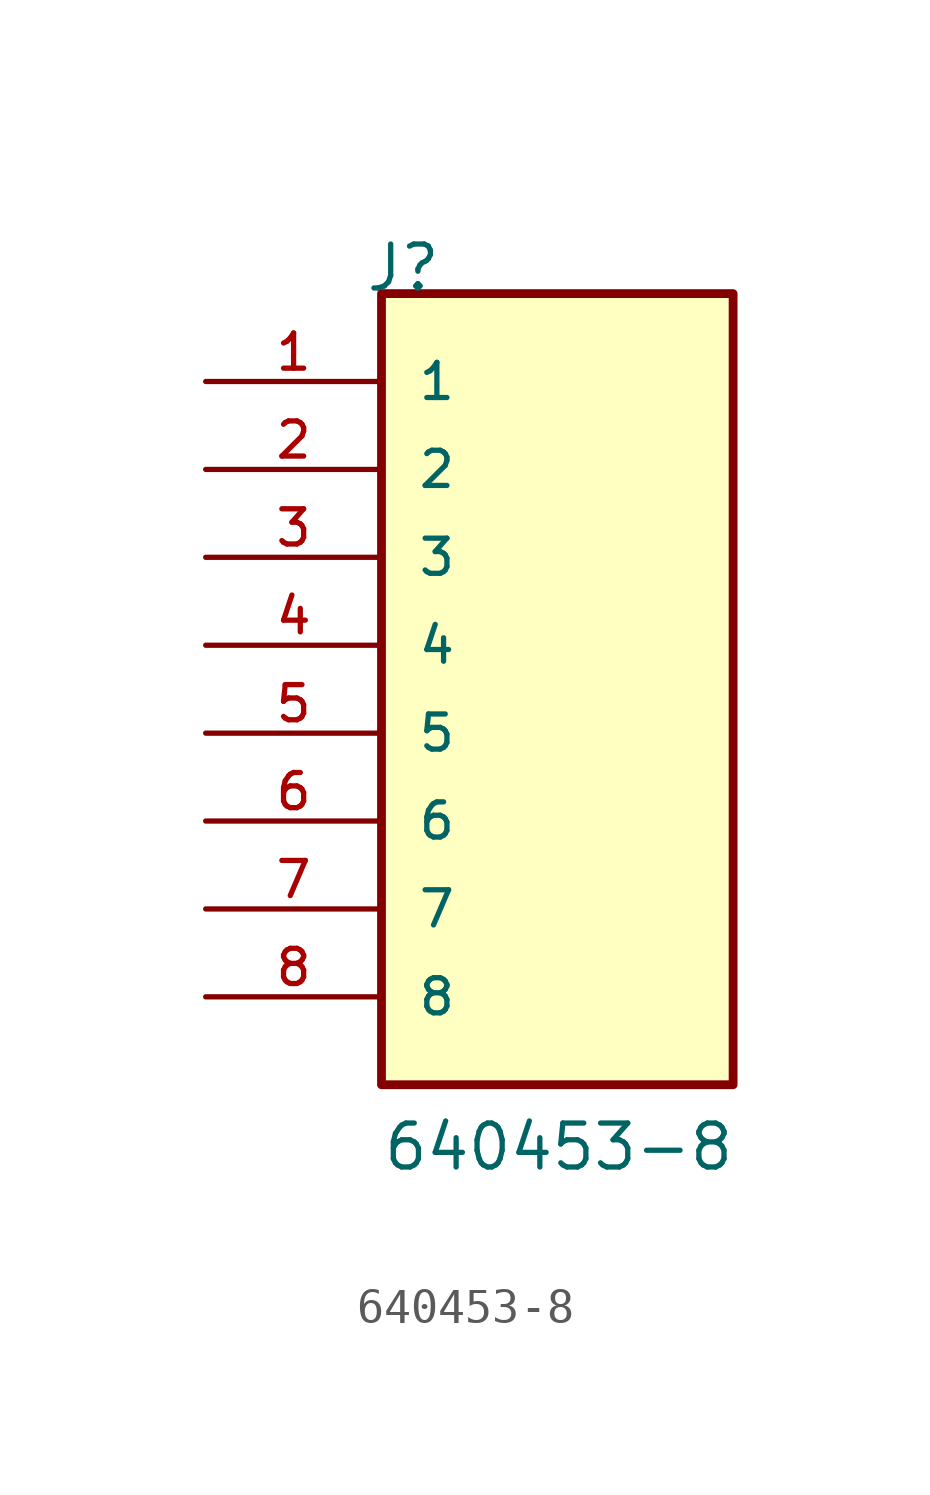
<source format=kicad_sym>
(kicad_symbol_lib
  (version 20220914)
  (generator kicad_symbol_editor)
  (symbol "640453-8"
    (pin_names
      (offset 1.016))
    (property "Reference" "J"
      (at -5.58 12.7 0)
      (effects (font (size 1.27 1.27)) (justify left bottom)))
    (property "Value" "640453-8"
      (at -5.08 -12.7 0)
      (effects (font (size 1.27 1.27)) (justify left bottom)))
    (symbol "640453-8_0_0"
      (rectangle (start -5.08 -10.16) (end 5.08 12.7) (stroke (width 0.254) (type default)) (fill (type background)))
      (pin passive line (at -10.16 10.16 0) (length 5.08) (name "1" (effects (font (size 1.016 1.016)))) (number "1" (effects (font (size 1.016 1.016)))))
      (pin passive line (at -10.16 7.62 0) (length 5.08) (name "2" (effects (font (size 1.016 1.016)))) (number "2" (effects (font (size 1.016 1.016)))))
      (pin passive line (at -10.16 5.08 0) (length 5.08) (name "3" (effects (font (size 1.016 1.016)))) (number "3" (effects (font (size 1.016 1.016)))))
      (pin passive line (at -10.16 2.54 0) (length 5.08) (name "4" (effects (font (size 1.016 1.016)))) (number "4" (effects (font (size 1.016 1.016)))))
      (pin passive line (at -10.16 0 0) (length 5.08) (name "5" (effects (font (size 1.016 1.016)))) (number "5" (effects (font (size 1.016 1.016)))))
      (pin passive line (at -10.16 -2.54 0) (length 5.08) (name "6" (effects (font (size 1.016 1.016)))) (number "6" (effects (font (size 1.016 1.016)))))
      (pin passive line (at -10.16 -5.08 0) (length 5.08) (name "7" (effects (font (size 1.016 1.016)))) (number "7" (effects (font (size 1.016 1.016)))))
      (pin passive line (at -10.16 -7.62 0) (length 5.08) (name "8" (effects (font (size 1.016 1.016)))) (number "8" (effects (font (size 1.016 1.016))))))))
</source>
